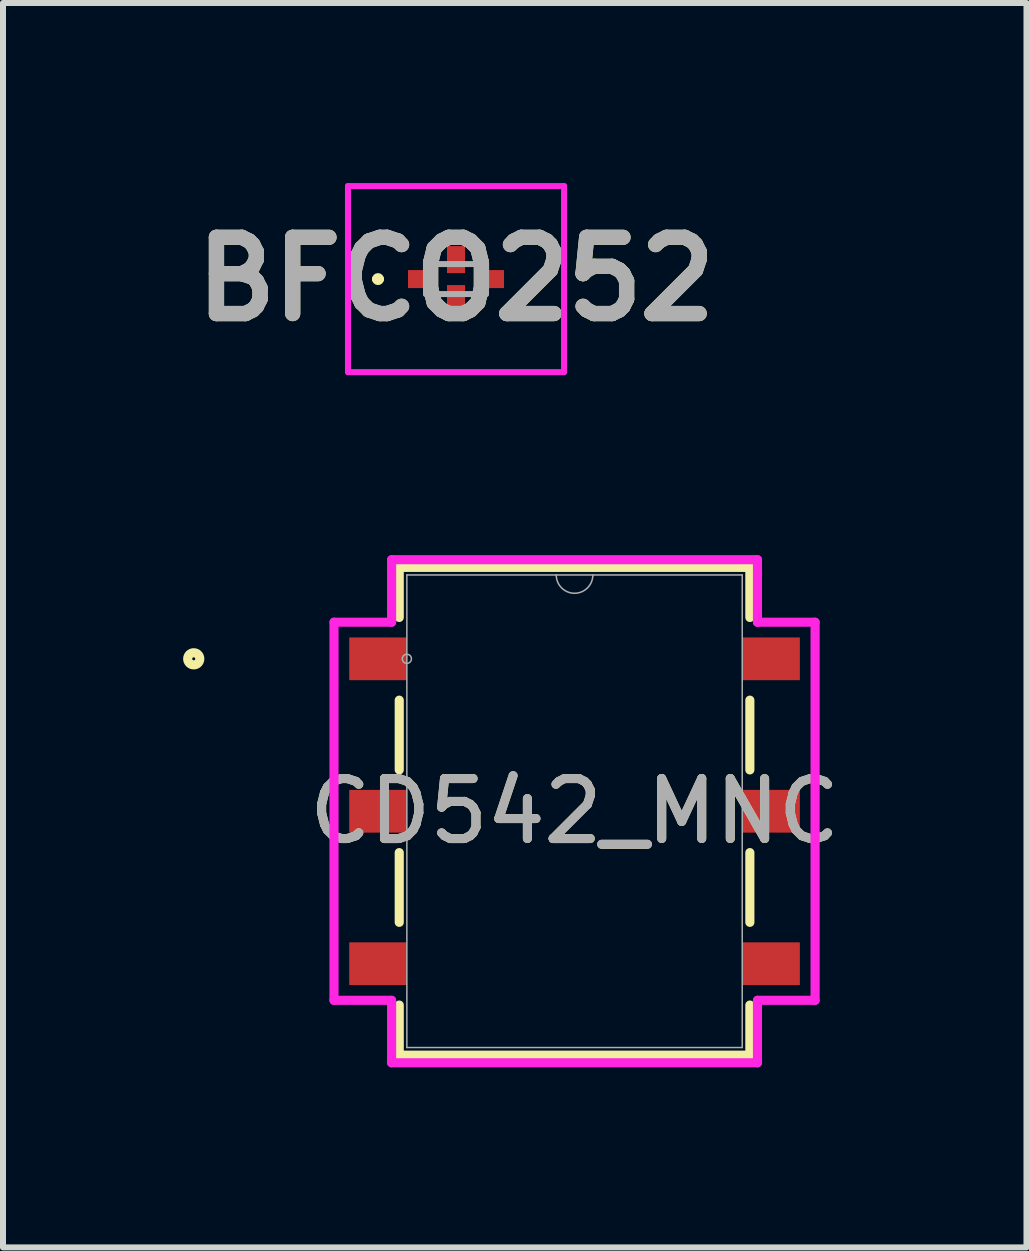
<source format=kicad_pcb>
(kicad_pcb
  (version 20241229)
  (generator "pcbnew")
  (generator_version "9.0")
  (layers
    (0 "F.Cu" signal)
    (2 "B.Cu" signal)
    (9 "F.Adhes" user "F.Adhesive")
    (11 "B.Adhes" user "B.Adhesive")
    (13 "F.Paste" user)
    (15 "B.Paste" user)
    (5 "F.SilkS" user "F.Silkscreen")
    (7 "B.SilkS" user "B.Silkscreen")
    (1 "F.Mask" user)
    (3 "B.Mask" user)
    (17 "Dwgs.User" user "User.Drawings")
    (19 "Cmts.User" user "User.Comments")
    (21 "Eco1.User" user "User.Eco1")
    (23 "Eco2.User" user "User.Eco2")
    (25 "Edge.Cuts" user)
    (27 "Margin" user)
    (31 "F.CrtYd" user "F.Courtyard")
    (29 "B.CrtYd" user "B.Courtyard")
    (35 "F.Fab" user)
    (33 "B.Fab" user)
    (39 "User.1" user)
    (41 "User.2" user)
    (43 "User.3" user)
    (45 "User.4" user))
  (footprint "BFCO252"
    (layer "F.Cu")
    (at 4.548 1.6)
    (property "Reference" "BFCO252" (at 0 0 0) (layer "F.SilkS") (effects (font (size 1.27 1.27) (thickness 0.254))))
    (attr smd)
    (fp_line (start -1.35 0) (end -1.35 0) (stroke (width 0.1) (type solid)) (layer "F.SilkS"))
    (fp_line (start -1.25 0) (end -1.25 0) (stroke (width 0.1) (type solid)) (layer "F.SilkS"))
    (fp_arc (start -1.35 0) (mid -1.3 -0.05) (end -1.25 0) (stroke (width 0.1) (type solid)) (layer "F.SilkS"))
    (fp_arc (start -1.25 0) (mid -1.3 0.05) (end -1.35 0) (stroke (width 0.1) (type solid)) (layer "F.SilkS"))
    (fp_line (start -1.8 -1.55) (end 1.8 -1.55) (stroke (width 0.1) (type solid)) (layer "F.CrtYd"))
    (fp_line (start -1.8 1.55) (end -1.8 -1.55) (stroke (width 0.1) (type solid)) (layer "F.CrtYd"))
    (fp_line (start 1.8 -1.55) (end 1.8 1.55) (stroke (width 0.1) (type solid)) (layer "F.CrtYd"))
    (fp_line (start 1.8 1.55) (end -1.8 1.55) (stroke (width 0.1) (type solid)) (layer "F.CrtYd"))
    (fp_line (start -0.5 -0.25) (end 0.5 -0.25) (stroke (width 0.1) (type solid)) (layer "F.Fab"))
    (fp_line (start -0.5 0.25) (end -0.5 -0.25) (stroke (width 0.1) (type solid)) (layer "F.Fab"))
    (fp_line (start 0.5 -0.25) (end 0.5 0.25) (stroke (width 0.1) (type solid)) (layer "F.Fab"))
    (fp_line (start 0.5 0.25) (end -0.5 0.25) (stroke (width 0.1) (type solid)) (layer "F.Fab"))
    (fp_text user "${REFERENCE}" (at 0 0 0) (layer "F.Fab") (effects (font (size 1.27 1.27) (thickness 0.254))))
    (pad "1" smd rect (at -0.575 0 90) (size 0.3 0.45) (layers "F.Cu" "F.Mask" "F.Paste"))
    (pad "2" smd rect (at 0 0.325) (size 0.3 0.45) (layers "F.Cu" "F.Mask" "F.Paste"))
    (pad "3" smd rect (at 0.575 0 90) (size 0.3 0.45) (layers "F.Cu" "F.Mask" "F.Paste"))
    (pad "4" smd rect (at 0 -0.325) (size 0.3 0.45) (layers "F.Cu" "F.Mask" "F.Paste")))
  (footprint "CD542_MNC"
    (layer "F.Cu")
    (at 6.523 10.467)
    (property "Reference" "CD542_MNC" (at 0 0 0) (unlocked yes) (layer "F.SilkS") (effects (font (size 1 1) (thickness 0.15))))
    (attr smd)
    (fp_line (start -2.921 -4.064) (end -2.921 -3.229) (stroke (width 0.152) (type solid)) (layer "F.SilkS"))
    (fp_line (start -2.921 -1.851) (end -2.921 -0.689) (stroke (width 0.152) (type solid)) (layer "F.SilkS"))
    (fp_line (start -2.921 0.689) (end -2.921 1.851) (stroke (width 0.152) (type solid)) (layer "F.SilkS"))
    (fp_line (start -2.921 3.229) (end -2.921 4.064) (stroke (width 0.152) (type solid)) (layer "F.SilkS"))
    (fp_line (start -2.921 4.064) (end 2.921 4.064) (stroke (width 0.152) (type solid)) (layer "F.SilkS"))
    (fp_line (start 2.921 -4.064) (end -2.921 -4.064) (stroke (width 0.152) (type solid)) (layer "F.SilkS"))
    (fp_line (start 2.921 -3.229) (end 2.921 -4.064) (stroke (width 0.152) (type solid)) (layer "F.SilkS"))
    (fp_line (start 2.921 -0.689) (end 2.921 -1.851) (stroke (width 0.152) (type solid)) (layer "F.SilkS"))
    (fp_line (start 2.921 1.851) (end 2.921 0.689) (stroke (width 0.152) (type solid)) (layer "F.SilkS"))
    (fp_line (start 2.921 4.064) (end 2.921 3.229) (stroke (width 0.152) (type solid)) (layer "F.SilkS"))
    (fp_circle (center -6.345 -2.54) (end -6.244 -2.54) (stroke (width 0.152) (type solid)) (fill no) (layer "F.SilkS"))
    (fp_line (start -4.008 -3.15) (end -3.048 -3.15) (stroke (width 0.152) (type solid)) (layer "F.CrtYd"))
    (fp_line (start -4.008 3.15) (end -4.008 -3.15) (stroke (width 0.152) (type solid)) (layer "F.CrtYd"))
    (fp_line (start -4.008 3.15) (end -3.048 3.15) (stroke (width 0.152) (type solid)) (layer "F.CrtYd"))
    (fp_line (start -3.048 -4.191) (end 3.048 -4.191) (stroke (width 0.152) (type solid)) (layer "F.CrtYd"))
    (fp_line (start -3.048 -3.15) (end -3.048 -4.191) (stroke (width 0.152) (type solid)) (layer "F.CrtYd"))
    (fp_line (start -3.048 4.191) (end -3.048 3.15) (stroke (width 0.152) (type solid)) (layer "F.CrtYd"))
    (fp_line (start 3.048 -4.191) (end 3.048 -3.15) (stroke (width 0.152) (type solid)) (layer "F.CrtYd"))
    (fp_line (start 3.048 3.15) (end 3.048 4.191) (stroke (width 0.152) (type solid)) (layer "F.CrtYd"))
    (fp_line (start 3.048 4.191) (end -3.048 4.191) (stroke (width 0.152) (type solid)) (layer "F.CrtYd"))
    (fp_line (start 4.008 -3.15) (end 3.048 -3.15) (stroke (width 0.152) (type solid)) (layer "F.CrtYd"))
    (fp_line (start 4.008 -3.15) (end 4.008 3.15) (stroke (width 0.152) (type solid)) (layer "F.CrtYd"))
    (fp_line (start 4.008 3.15) (end 3.048 3.15) (stroke (width 0.152) (type solid)) (layer "F.CrtYd"))
    (fp_line (start -2.794 -3.937) (end -2.794 3.937) (stroke (width 0.025) (type solid)) (layer "F.Fab"))
    (fp_line (start -2.794 3.937) (end 2.794 3.937) (stroke (width 0.025) (type solid)) (layer "F.Fab"))
    (fp_line (start 2.794 -3.937) (end -2.794 -3.937) (stroke (width 0.025) (type solid)) (layer "F.Fab"))
    (fp_line (start 2.794 3.937) (end 2.794 -3.937) (stroke (width 0.025) (type solid)) (layer "F.Fab"))
    (fp_arc (start 0.3048 -3.937) (mid 0 -3.6322) (end -0.3048 -3.937) (stroke (width 0.0254) (type solid)) (layer "F.Fab"))
    (fp_circle (center -2.794 -2.54) (end -2.718 -2.54) (stroke (width 0.025) (type solid)) (fill no) (layer "F.Fab"))
    (fp_text user "${REFERENCE}" (at 0 0 0) (unlocked yes) (layer "F.Fab") (effects (font (size 1 1) (thickness 0.15))))
    (pad "1" smd rect (at -3.274 -2.54) (size 0.96 0.712) (layers "F.Cu" "F.Mask" "F.Paste"))
    (pad "2" smd rect (at -3.274 0) (size 0.96 0.712) (layers "F.Cu" "F.Mask" "F.Paste"))
    (pad "3" smd rect (at -3.274 2.54) (size 0.96 0.712) (layers "F.Cu" "F.Mask" "F.Paste"))
    (pad "4" smd rect (at 3.274 2.54) (size 0.96 0.712) (layers "F.Cu" "F.Mask" "F.Paste"))
    (pad "5" smd rect (at 3.274 0) (size 0.96 0.712) (layers "F.Cu" "F.Mask" "F.Paste"))
    (pad "6" smd rect (at 3.274 -2.54) (size 0.96 0.712) (layers "F.Cu" "F.Mask" "F.Paste")))
  (gr_rect
    (start -3 -3)
    (end 14.053 17.734)
    (stroke (width 0.1) (type default))
    (fill no)
    (layer "Edge.Cuts")))
</source>
